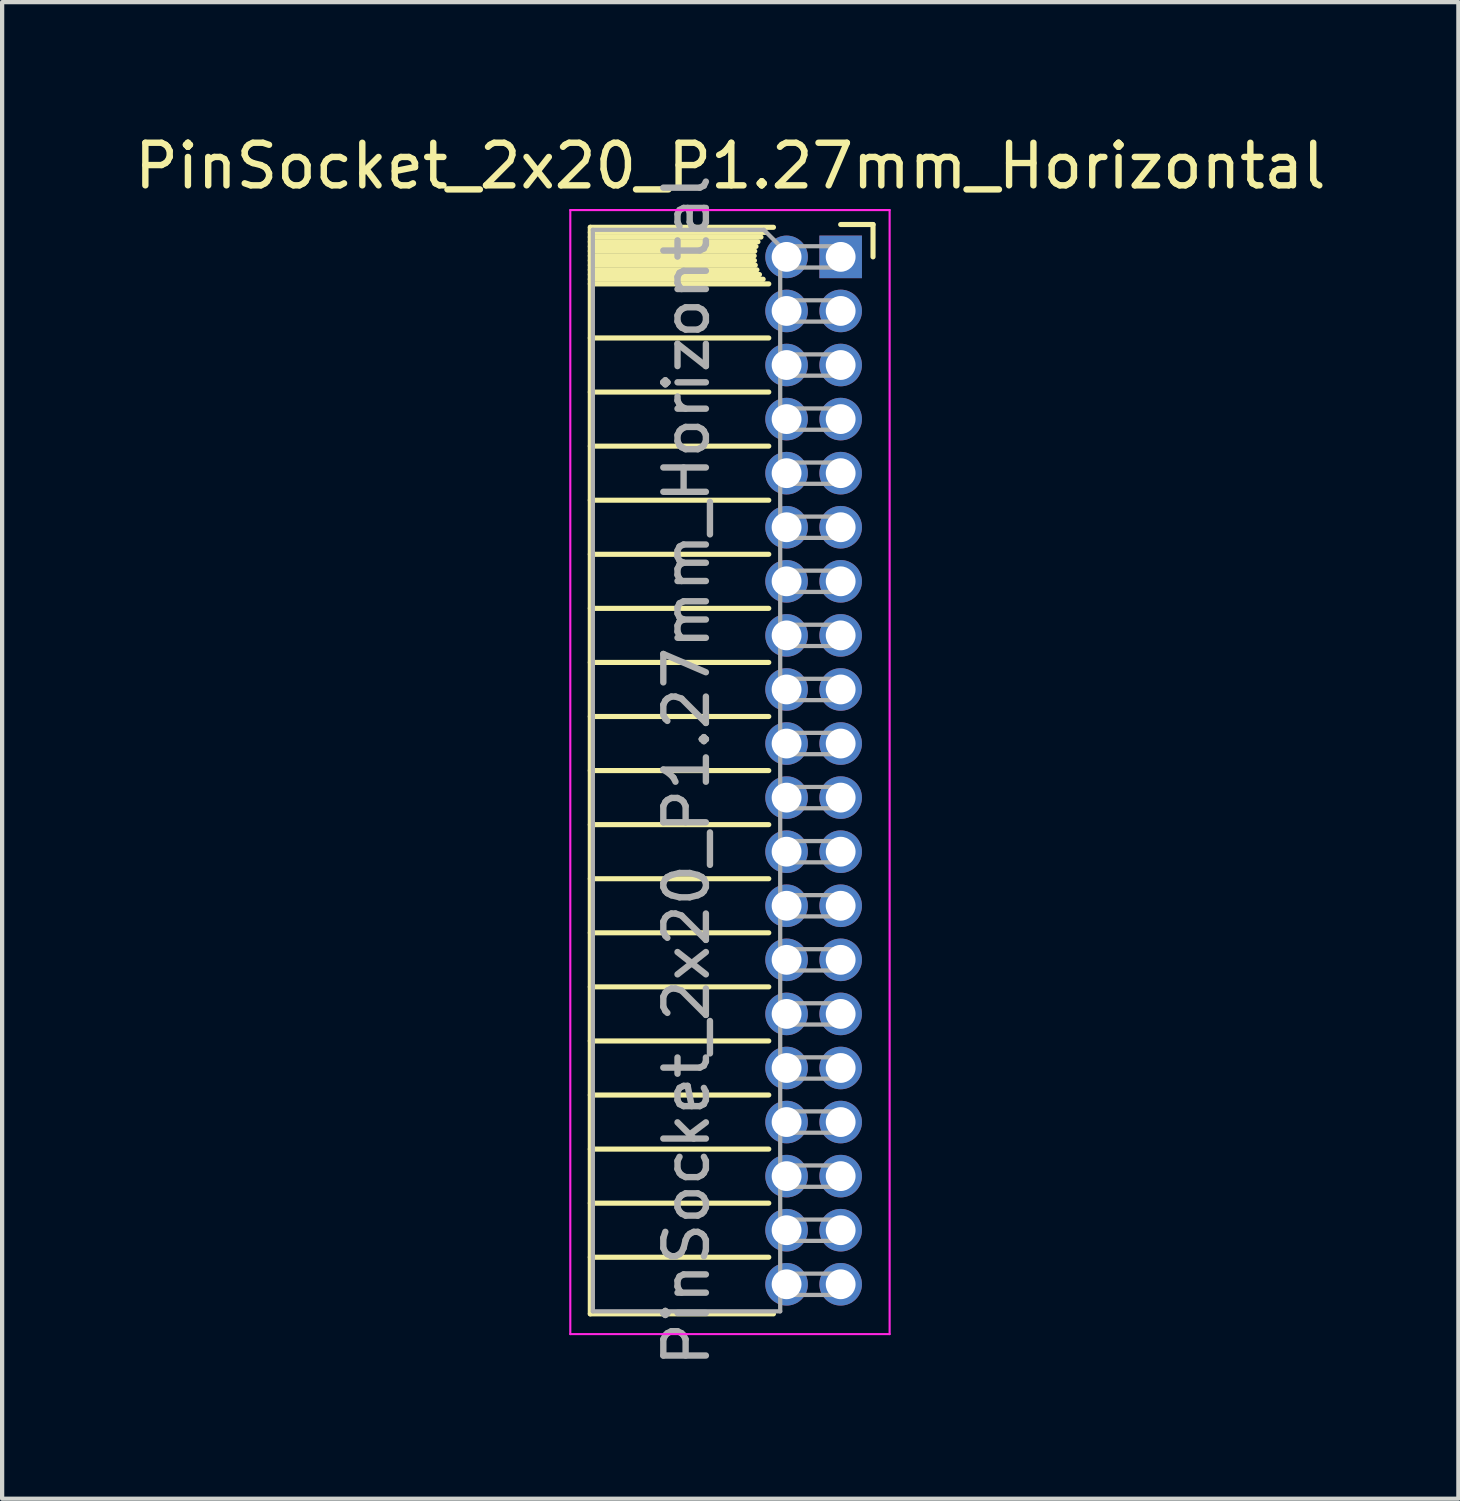
<source format=kicad_pcb>
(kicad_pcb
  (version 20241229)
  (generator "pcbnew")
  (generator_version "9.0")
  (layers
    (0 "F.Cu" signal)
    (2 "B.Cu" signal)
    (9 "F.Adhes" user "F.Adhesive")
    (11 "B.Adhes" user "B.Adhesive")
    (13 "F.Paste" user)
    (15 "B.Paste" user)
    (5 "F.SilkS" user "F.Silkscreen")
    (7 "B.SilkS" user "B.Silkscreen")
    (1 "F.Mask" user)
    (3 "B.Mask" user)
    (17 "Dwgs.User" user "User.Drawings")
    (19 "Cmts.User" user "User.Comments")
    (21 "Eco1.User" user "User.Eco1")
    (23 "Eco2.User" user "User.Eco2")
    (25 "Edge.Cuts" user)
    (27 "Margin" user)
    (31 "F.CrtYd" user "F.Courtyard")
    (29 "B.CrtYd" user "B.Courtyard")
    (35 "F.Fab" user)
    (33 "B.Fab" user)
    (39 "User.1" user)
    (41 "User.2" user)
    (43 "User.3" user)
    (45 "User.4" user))
  (footprint "PinSocket_2x20_P1.27mm_Horizontal"
    (layer "F.Cu")
    (at 16.694 2.983)
    (property "Reference" "PinSocket_2x20_P1.27mm_Horizontal" (at -2.592 -2.135 0) (layer "F.SilkS") (effects (font (size 1 1) (thickness 0.15))))
    (attr through_hole)
    (fp_line (start -5.88 -0.695) (end -5.88 24.825) (stroke (width 0.12) (type solid)) (layer "F.SilkS"))
    (fp_line (start -5.88 -0.695) (end -1.578 -0.695) (stroke (width 0.12) (type solid)) (layer "F.SilkS"))
    (fp_line (start -5.88 -0.575) (end -1.767 -0.575) (stroke (width 0.12) (type solid)) (layer "F.SilkS"))
    (fp_line (start -5.88 -0.465) (end -1.871 -0.465) (stroke (width 0.12) (type solid)) (layer "F.SilkS"))
    (fp_line (start -5.88 -0.355) (end -1.942 -0.355) (stroke (width 0.12) (type solid)) (layer "F.SilkS"))
    (fp_line (start -5.88 -0.245) (end -1.989 -0.245) (stroke (width 0.12) (type solid)) (layer "F.SilkS"))
    (fp_line (start -5.88 -0.135) (end -2.018 -0.135) (stroke (width 0.12) (type solid)) (layer "F.SilkS"))
    (fp_line (start -5.88 -0.025) (end -2.03 -0.025) (stroke (width 0.12) (type solid)) (layer "F.SilkS"))
    (fp_line (start -5.88 0.085) (end -2.025 0.085) (stroke (width 0.12) (type solid)) (layer "F.SilkS"))
    (fp_line (start -5.88 0.195) (end -2.005 0.195) (stroke (width 0.12) (type solid)) (layer "F.SilkS"))
    (fp_line (start -5.88 0.305) (end -1.966 0.305) (stroke (width 0.12) (type solid)) (layer "F.SilkS"))
    (fp_line (start -5.88 0.415) (end -1.907 0.415) (stroke (width 0.12) (type solid)) (layer "F.SilkS"))
    (fp_line (start -5.88 0.525) (end -1.82 0.525) (stroke (width 0.12) (type solid)) (layer "F.SilkS"))
    (fp_line (start -5.88 0.635) (end -1.688 0.635) (stroke (width 0.12) (type solid)) (layer "F.SilkS"))
    (fp_line (start -5.88 1.905) (end -1.688 1.905) (stroke (width 0.12) (type solid)) (layer "F.SilkS"))
    (fp_line (start -5.88 3.175) (end -1.688 3.175) (stroke (width 0.12) (type solid)) (layer "F.SilkS"))
    (fp_line (start -5.88 4.445) (end -1.688 4.445) (stroke (width 0.12) (type solid)) (layer "F.SilkS"))
    (fp_line (start -5.88 5.715) (end -1.688 5.715) (stroke (width 0.12) (type solid)) (layer "F.SilkS"))
    (fp_line (start -5.88 6.985) (end -1.688 6.985) (stroke (width 0.12) (type solid)) (layer "F.SilkS"))
    (fp_line (start -5.88 8.255) (end -1.688 8.255) (stroke (width 0.12) (type solid)) (layer "F.SilkS"))
    (fp_line (start -5.88 9.525) (end -1.688 9.525) (stroke (width 0.12) (type solid)) (layer "F.SilkS"))
    (fp_line (start -5.88 10.795) (end -1.688 10.795) (stroke (width 0.12) (type solid)) (layer "F.SilkS"))
    (fp_line (start -5.88 12.065) (end -1.688 12.065) (stroke (width 0.12) (type solid)) (layer "F.SilkS"))
    (fp_line (start -5.88 13.335) (end -1.688 13.335) (stroke (width 0.12) (type solid)) (layer "F.SilkS"))
    (fp_line (start -5.88 14.605) (end -1.688 14.605) (stroke (width 0.12) (type solid)) (layer "F.SilkS"))
    (fp_line (start -5.88 15.875) (end -1.688 15.875) (stroke (width 0.12) (type solid)) (layer "F.SilkS"))
    (fp_line (start -5.88 17.145) (end -1.688 17.145) (stroke (width 0.12) (type solid)) (layer "F.SilkS"))
    (fp_line (start -5.88 18.415) (end -1.688 18.415) (stroke (width 0.12) (type solid)) (layer "F.SilkS"))
    (fp_line (start -5.88 19.685) (end -1.688 19.685) (stroke (width 0.12) (type solid)) (layer "F.SilkS"))
    (fp_line (start -5.88 20.955) (end -1.688 20.955) (stroke (width 0.12) (type solid)) (layer "F.SilkS"))
    (fp_line (start -5.88 22.225) (end -1.688 22.225) (stroke (width 0.12) (type solid)) (layer "F.SilkS"))
    (fp_line (start -5.88 23.495) (end -1.688 23.495) (stroke (width 0.12) (type solid)) (layer "F.SilkS"))
    (fp_line (start -5.88 24.825) (end -1.578 24.825) (stroke (width 0.12) (type solid)) (layer "F.SilkS"))
    (fp_line (start 0 -0.76) (end 0.76 -0.76) (stroke (width 0.12) (type solid)) (layer "F.SilkS"))
    (fp_line (start 0.76 -0.76) (end 0.76 0) (stroke (width 0.12) (type solid)) (layer "F.SilkS"))
    (fp_line (start -6.35 -1.1) (end -6.35 25.3) (stroke (width 0.05) (type solid)) (layer "F.CrtYd"))
    (fp_line (start -6.35 25.3) (end 1.15 25.3) (stroke (width 0.05) (type solid)) (layer "F.CrtYd"))
    (fp_line (start 1.15 -1.1) (end -6.35 -1.1) (stroke (width 0.05) (type solid)) (layer "F.CrtYd"))
    (fp_line (start 1.15 25.3) (end 1.15 -1.1) (stroke (width 0.05) (type solid)) (layer "F.CrtYd"))
    (fp_line (start -5.82 -0.635) (end -1.805 -0.635) (stroke (width 0.1) (type solid)) (layer "F.Fab"))
    (fp_line (start -5.82 24.765) (end -5.82 -0.635) (stroke (width 0.1) (type solid)) (layer "F.Fab"))
    (fp_line (start -1.805 -0.635) (end -1.42 -0.25) (stroke (width 0.1) (type solid)) (layer "F.Fab"))
    (fp_line (start -1.42 -0.25) (end -1.42 24.765) (stroke (width 0.1) (type solid)) (layer "F.Fab"))
    (fp_line (start -1.42 0.25) (end 0 0.25) (stroke (width 0.1) (type solid)) (layer "F.Fab"))
    (fp_line (start -1.42 1.52) (end 0 1.52) (stroke (width 0.1) (type solid)) (layer "F.Fab"))
    (fp_line (start -1.42 2.79) (end 0 2.79) (stroke (width 0.1) (type solid)) (layer "F.Fab"))
    (fp_line (start -1.42 4.06) (end 0 4.06) (stroke (width 0.1) (type solid)) (layer "F.Fab"))
    (fp_line (start -1.42 5.33) (end 0 5.33) (stroke (width 0.1) (type solid)) (layer "F.Fab"))
    (fp_line (start -1.42 6.6) (end 0 6.6) (stroke (width 0.1) (type solid)) (layer "F.Fab"))
    (fp_line (start -1.42 7.87) (end 0 7.87) (stroke (width 0.1) (type solid)) (layer "F.Fab"))
    (fp_line (start -1.42 9.14) (end 0 9.14) (stroke (width 0.1) (type solid)) (layer "F.Fab"))
    (fp_line (start -1.42 10.41) (end 0 10.41) (stroke (width 0.1) (type solid)) (layer "F.Fab"))
    (fp_line (start -1.42 11.68) (end 0 11.68) (stroke (width 0.1) (type solid)) (layer "F.Fab"))
    (fp_line (start -1.42 12.95) (end 0 12.95) (stroke (width 0.1) (type solid)) (layer "F.Fab"))
    (fp_line (start -1.42 14.22) (end 0 14.22) (stroke (width 0.1) (type solid)) (layer "F.Fab"))
    (fp_line (start -1.42 15.49) (end 0 15.49) (stroke (width 0.1) (type solid)) (layer "F.Fab"))
    (fp_line (start -1.42 16.76) (end 0 16.76) (stroke (width 0.1) (type solid)) (layer "F.Fab"))
    (fp_line (start -1.42 18.03) (end 0 18.03) (stroke (width 0.1) (type solid)) (layer "F.Fab"))
    (fp_line (start -1.42 19.3) (end 0 19.3) (stroke (width 0.1) (type solid)) (layer "F.Fab"))
    (fp_line (start -1.42 20.57) (end 0 20.57) (stroke (width 0.1) (type solid)) (layer "F.Fab"))
    (fp_line (start -1.42 21.84) (end 0 21.84) (stroke (width 0.1) (type solid)) (layer "F.Fab"))
    (fp_line (start -1.42 23.11) (end 0 23.11) (stroke (width 0.1) (type solid)) (layer "F.Fab"))
    (fp_line (start -1.42 24.38) (end 0 24.38) (stroke (width 0.1) (type solid)) (layer "F.Fab"))
    (fp_line (start -1.42 24.765) (end -5.82 24.765) (stroke (width 0.1) (type solid)) (layer "F.Fab"))
    (fp_line (start 0 -0.25) (end -1.42 -0.25) (stroke (width 0.1) (type solid)) (layer "F.Fab"))
    (fp_line (start 0 0.25) (end 0 -0.25) (stroke (width 0.1) (type solid)) (layer "F.Fab"))
    (fp_line (start 0 1.02) (end -1.42 1.02) (stroke (width 0.1) (type solid)) (layer "F.Fab"))
    (fp_line (start 0 1.52) (end 0 1.02) (stroke (width 0.1) (type solid)) (layer "F.Fab"))
    (fp_line (start 0 2.29) (end -1.42 2.29) (stroke (width 0.1) (type solid)) (layer "F.Fab"))
    (fp_line (start 0 2.79) (end 0 2.29) (stroke (width 0.1) (type solid)) (layer "F.Fab"))
    (fp_line (start 0 3.56) (end -1.42 3.56) (stroke (width 0.1) (type solid)) (layer "F.Fab"))
    (fp_line (start 0 4.06) (end 0 3.56) (stroke (width 0.1) (type solid)) (layer "F.Fab"))
    (fp_line (start 0 4.83) (end -1.42 4.83) (stroke (width 0.1) (type solid)) (layer "F.Fab"))
    (fp_line (start 0 5.33) (end 0 4.83) (stroke (width 0.1) (type solid)) (layer "F.Fab"))
    (fp_line (start 0 6.1) (end -1.42 6.1) (stroke (width 0.1) (type solid)) (layer "F.Fab"))
    (fp_line (start 0 6.6) (end 0 6.1) (stroke (width 0.1) (type solid)) (layer "F.Fab"))
    (fp_line (start 0 7.37) (end -1.42 7.37) (stroke (width 0.1) (type solid)) (layer "F.Fab"))
    (fp_line (start 0 7.87) (end 0 7.37) (stroke (width 0.1) (type solid)) (layer "F.Fab"))
    (fp_line (start 0 8.64) (end -1.42 8.64) (stroke (width 0.1) (type solid)) (layer "F.Fab"))
    (fp_line (start 0 9.14) (end 0 8.64) (stroke (width 0.1) (type solid)) (layer "F.Fab"))
    (fp_line (start 0 9.91) (end -1.42 9.91) (stroke (width 0.1) (type solid)) (layer "F.Fab"))
    (fp_line (start 0 10.41) (end 0 9.91) (stroke (width 0.1) (type solid)) (layer "F.Fab"))
    (fp_line (start 0 11.18) (end -1.42 11.18) (stroke (width 0.1) (type solid)) (layer "F.Fab"))
    (fp_line (start 0 11.68) (end 0 11.18) (stroke (width 0.1) (type solid)) (layer "F.Fab"))
    (fp_line (start 0 12.45) (end -1.42 12.45) (stroke (width 0.1) (type solid)) (layer "F.Fab"))
    (fp_line (start 0 12.95) (end 0 12.45) (stroke (width 0.1) (type solid)) (layer "F.Fab"))
    (fp_line (start 0 13.72) (end -1.42 13.72) (stroke (width 0.1) (type solid)) (layer "F.Fab"))
    (fp_line (start 0 14.22) (end 0 13.72) (stroke (width 0.1) (type solid)) (layer "F.Fab"))
    (fp_line (start 0 14.99) (end -1.42 14.99) (stroke (width 0.1) (type solid)) (layer "F.Fab"))
    (fp_line (start 0 15.49) (end 0 14.99) (stroke (width 0.1) (type solid)) (layer "F.Fab"))
    (fp_line (start 0 16.26) (end -1.42 16.26) (stroke (width 0.1) (type solid)) (layer "F.Fab"))
    (fp_line (start 0 16.76) (end 0 16.26) (stroke (width 0.1) (type solid)) (layer "F.Fab"))
    (fp_line (start 0 17.53) (end -1.42 17.53) (stroke (width 0.1) (type solid)) (layer "F.Fab"))
    (fp_line (start 0 18.03) (end 0 17.53) (stroke (width 0.1) (type solid)) (layer "F.Fab"))
    (fp_line (start 0 18.8) (end -1.42 18.8) (stroke (width 0.1) (type solid)) (layer "F.Fab"))
    (fp_line (start 0 19.3) (end 0 18.8) (stroke (width 0.1) (type solid)) (layer "F.Fab"))
    (fp_line (start 0 20.07) (end -1.42 20.07) (stroke (width 0.1) (type solid)) (layer "F.Fab"))
    (fp_line (start 0 20.57) (end 0 20.07) (stroke (width 0.1) (type solid)) (layer "F.Fab"))
    (fp_line (start 0 21.34) (end -1.42 21.34) (stroke (width 0.1) (type solid)) (layer "F.Fab"))
    (fp_line (start 0 21.84) (end 0 21.34) (stroke (width 0.1) (type solid)) (layer "F.Fab"))
    (fp_line (start 0 22.61) (end -1.42 22.61) (stroke (width 0.1) (type solid)) (layer "F.Fab"))
    (fp_line (start 0 23.11) (end 0 22.61) (stroke (width 0.1) (type solid)) (layer "F.Fab"))
    (fp_line (start 0 23.88) (end -1.42 23.88) (stroke (width 0.1) (type solid)) (layer "F.Fab"))
    (fp_line (start 0 24.38) (end 0 23.88) (stroke (width 0.1) (type solid)) (layer "F.Fab"))
    (fp_text user "${REFERENCE}" (at -3.62 12.065 90) (layer "F.Fab") (effects (font (size 1 1) (thickness 0.15))))
    (pad "1" thru_hole rect (at 0 0) (size 1 1) (drill 0.7) (layers "*.Cu" "*.Mask"))
    (pad "2" thru_hole oval (at -1.27 0) (size 1 1) (drill 0.7) (layers "*.Cu" "*.Mask"))
    (pad "3" thru_hole oval (at 0 1.27) (size 1 1) (drill 0.7) (layers "*.Cu" "*.Mask"))
    (pad "4" thru_hole oval (at -1.27 1.27) (size 1 1) (drill 0.7) (layers "*.Cu" "*.Mask"))
    (pad "5" thru_hole oval (at 0 2.54) (size 1 1) (drill 0.7) (layers "*.Cu" "*.Mask"))
    (pad "6" thru_hole oval (at -1.27 2.54) (size 1 1) (drill 0.7) (layers "*.Cu" "*.Mask"))
    (pad "7" thru_hole oval (at 0 3.81) (size 1 1) (drill 0.7) (layers "*.Cu" "*.Mask"))
    (pad "8" thru_hole oval (at -1.27 3.81) (size 1 1) (drill 0.7) (layers "*.Cu" "*.Mask"))
    (pad "9" thru_hole oval (at 0 5.08) (size 1 1) (drill 0.7) (layers "*.Cu" "*.Mask"))
    (pad "10" thru_hole oval (at -1.27 5.08) (size 1 1) (drill 0.7) (layers "*.Cu" "*.Mask"))
    (pad "11" thru_hole oval (at 0 6.35) (size 1 1) (drill 0.7) (layers "*.Cu" "*.Mask"))
    (pad "12" thru_hole oval (at -1.27 6.35) (size 1 1) (drill 0.7) (layers "*.Cu" "*.Mask"))
    (pad "13" thru_hole oval (at 0 7.62) (size 1 1) (drill 0.7) (layers "*.Cu" "*.Mask"))
    (pad "14" thru_hole oval (at -1.27 7.62) (size 1 1) (drill 0.7) (layers "*.Cu" "*.Mask"))
    (pad "15" thru_hole oval (at 0 8.89) (size 1 1) (drill 0.7) (layers "*.Cu" "*.Mask"))
    (pad "16" thru_hole oval (at -1.27 8.89) (size 1 1) (drill 0.7) (layers "*.Cu" "*.Mask"))
    (pad "17" thru_hole oval (at 0 10.16) (size 1 1) (drill 0.7) (layers "*.Cu" "*.Mask"))
    (pad "18" thru_hole oval (at -1.27 10.16) (size 1 1) (drill 0.7) (layers "*.Cu" "*.Mask"))
    (pad "19" thru_hole oval (at 0 11.43) (size 1 1) (drill 0.7) (layers "*.Cu" "*.Mask"))
    (pad "20" thru_hole oval (at -1.27 11.43) (size 1 1) (drill 0.7) (layers "*.Cu" "*.Mask"))
    (pad "21" thru_hole oval (at 0 12.7) (size 1 1) (drill 0.7) (layers "*.Cu" "*.Mask"))
    (pad "22" thru_hole oval (at -1.27 12.7) (size 1 1) (drill 0.7) (layers "*.Cu" "*.Mask"))
    (pad "23" thru_hole oval (at 0 13.97) (size 1 1) (drill 0.7) (layers "*.Cu" "*.Mask"))
    (pad "24" thru_hole oval (at -1.27 13.97) (size 1 1) (drill 0.7) (layers "*.Cu" "*.Mask"))
    (pad "25" thru_hole oval (at 0 15.24) (size 1 1) (drill 0.7) (layers "*.Cu" "*.Mask"))
    (pad "26" thru_hole oval (at -1.27 15.24) (size 1 1) (drill 0.7) (layers "*.Cu" "*.Mask"))
    (pad "27" thru_hole oval (at 0 16.51) (size 1 1) (drill 0.7) (layers "*.Cu" "*.Mask"))
    (pad "28" thru_hole oval (at -1.27 16.51) (size 1 1) (drill 0.7) (layers "*.Cu" "*.Mask"))
    (pad "29" thru_hole oval (at 0 17.78) (size 1 1) (drill 0.7) (layers "*.Cu" "*.Mask"))
    (pad "30" thru_hole oval (at -1.27 17.78) (size 1 1) (drill 0.7) (layers "*.Cu" "*.Mask"))
    (pad "31" thru_hole oval (at 0 19.05) (size 1 1) (drill 0.7) (layers "*.Cu" "*.Mask"))
    (pad "32" thru_hole oval (at -1.27 19.05) (size 1 1) (drill 0.7) (layers "*.Cu" "*.Mask"))
    (pad "33" thru_hole oval (at 0 20.32) (size 1 1) (drill 0.7) (layers "*.Cu" "*.Mask"))
    (pad "34" thru_hole oval (at -1.27 20.32) (size 1 1) (drill 0.7) (layers "*.Cu" "*.Mask"))
    (pad "35" thru_hole oval (at 0 21.59) (size 1 1) (drill 0.7) (layers "*.Cu" "*.Mask"))
    (pad "36" thru_hole oval (at -1.27 21.59) (size 1 1) (drill 0.7) (layers "*.Cu" "*.Mask"))
    (pad "37" thru_hole oval (at 0 22.86) (size 1 1) (drill 0.7) (layers "*.Cu" "*.Mask"))
    (pad "38" thru_hole oval (at -1.27 22.86) (size 1 1) (drill 0.7) (layers "*.Cu" "*.Mask"))
    (pad "39" thru_hole oval (at 0 24.13) (size 1 1) (drill 0.7) (layers "*.Cu" "*.Mask"))
    (pad "40" thru_hole oval (at -1.27 24.13) (size 1 1) (drill 0.7) (layers "*.Cu" "*.Mask")))
  (gr_rect
    (start -3 -3)
    (end 31.202 32.149)
    (stroke (width 0.1) (type default))
    (fill no)
    (layer "Edge.Cuts")))
</source>
